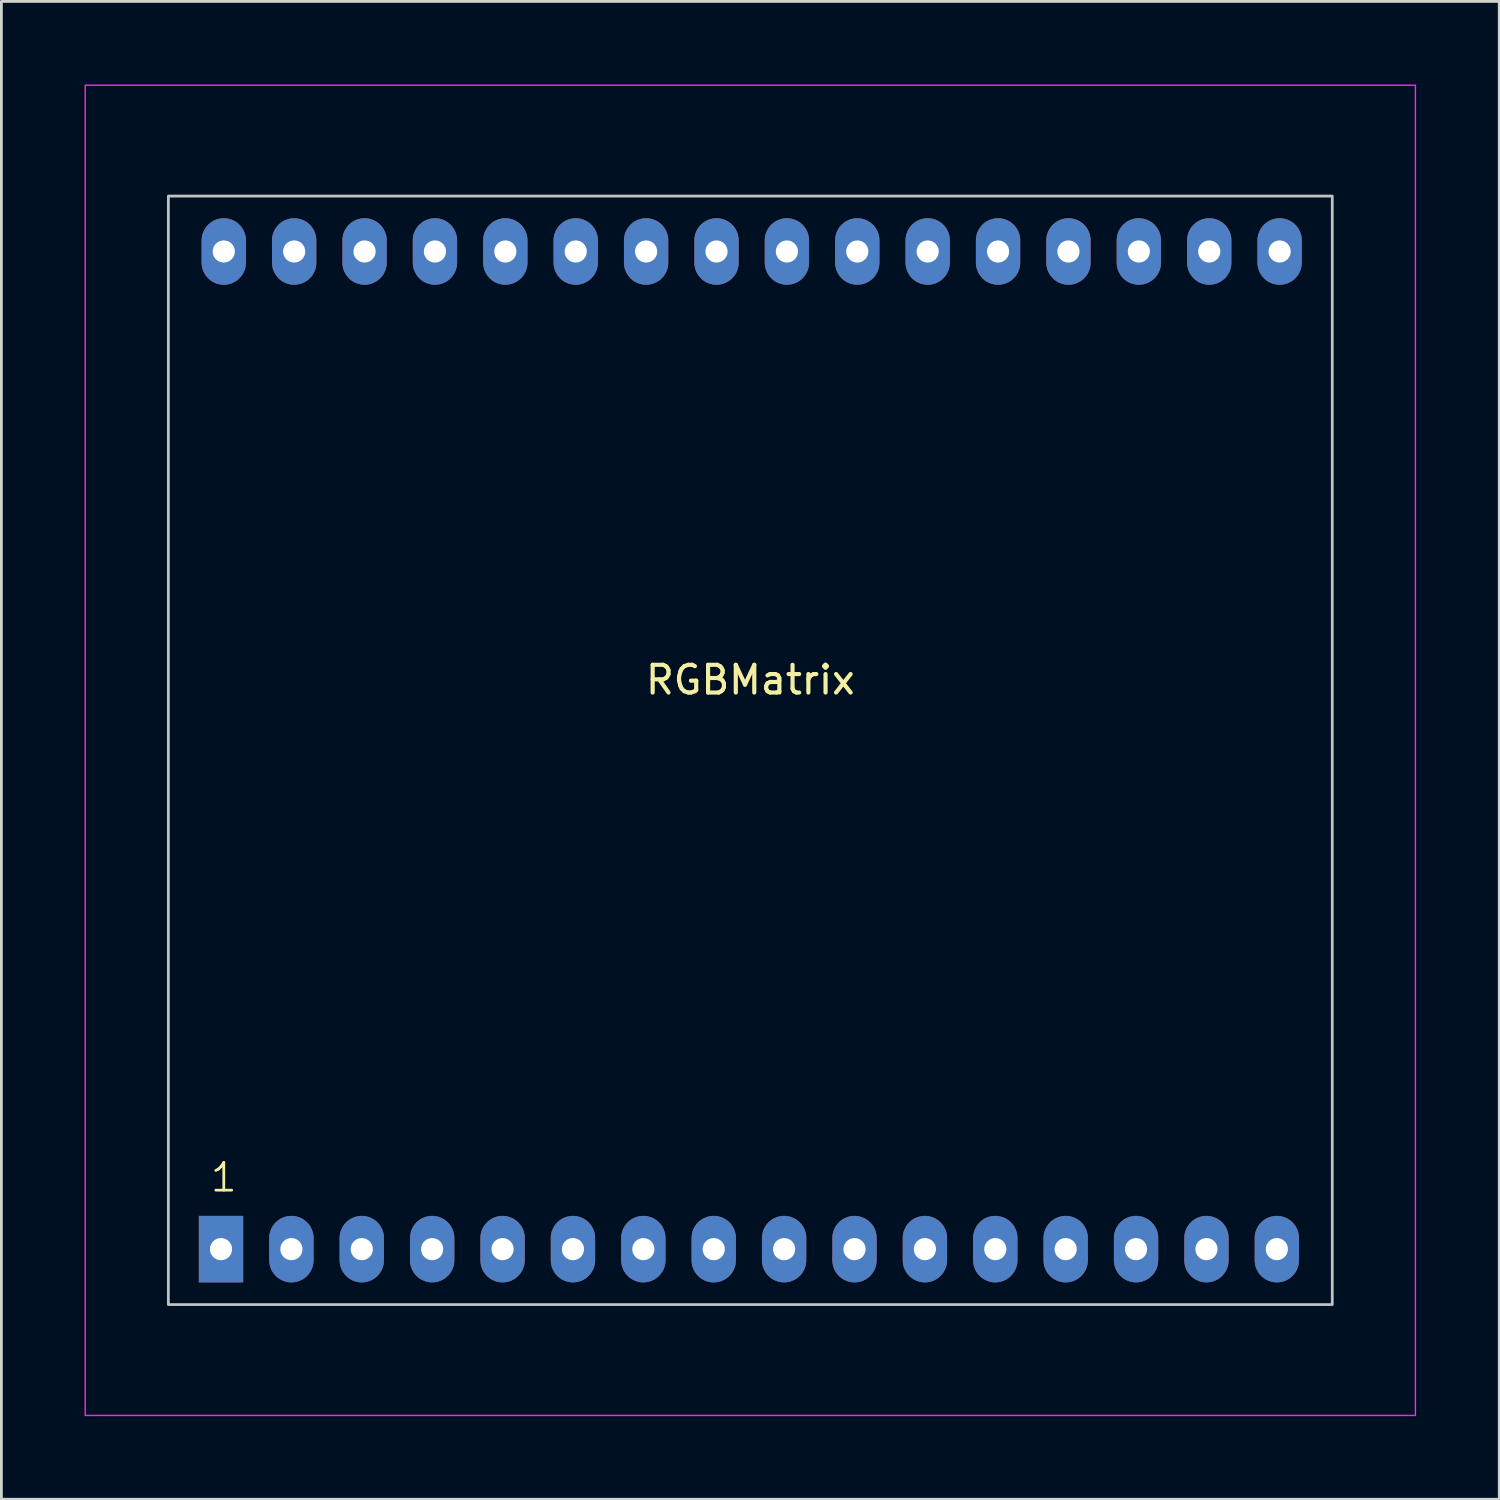
<source format=kicad_pcb>
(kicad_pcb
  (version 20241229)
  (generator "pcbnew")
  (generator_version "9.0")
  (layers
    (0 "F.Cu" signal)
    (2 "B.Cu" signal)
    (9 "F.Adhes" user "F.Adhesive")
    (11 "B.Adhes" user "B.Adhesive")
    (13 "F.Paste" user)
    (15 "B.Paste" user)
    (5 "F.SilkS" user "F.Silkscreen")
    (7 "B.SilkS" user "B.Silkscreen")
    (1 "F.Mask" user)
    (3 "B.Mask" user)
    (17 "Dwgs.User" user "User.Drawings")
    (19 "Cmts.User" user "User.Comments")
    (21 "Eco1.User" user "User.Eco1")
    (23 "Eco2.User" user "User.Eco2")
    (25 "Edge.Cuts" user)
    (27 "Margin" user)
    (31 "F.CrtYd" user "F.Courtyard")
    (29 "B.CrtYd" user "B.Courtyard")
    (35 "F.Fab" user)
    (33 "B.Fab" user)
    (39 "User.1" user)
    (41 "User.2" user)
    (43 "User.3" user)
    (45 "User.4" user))
  (footprint "RGBMatrix"
    (layer "F.Cu")
    (at 24.025 24.025)
    (property "Reference" "RGBMatrix" (at 0 -2.54 180) (layer "F.SilkS") (effects (font (size 1 1) (thickness 0.15))))
    (attr through_hole)
    (fp_rect (start -21 -20) (end 21 20) (stroke (width 0.1) (type default)) (fill no) (layer "Dwgs.User"))
    (fp_rect (start -24 24) (end 24 -24) (stroke (width 0.05) (type default)) (fill no) (layer "F.CrtYd"))
    (fp_text user "1" (at -19 16 0) (unlocked yes) (layer "F.SilkS") (effects (font (size 1 1) (thickness 0.1)) (justify bottom)))
    (pad "1" thru_hole rect (at -19.1 18 90) (size 2.4 1.6) (drill 0.8) (layers "*.Cu" "*.Mask"))
    (pad "2" thru_hole oval (at -16.56 18 90) (size 2.4 1.6) (drill 0.8) (layers "*.Cu" "*.Mask"))
    (pad "3" thru_hole oval (at -14.02 18 90) (size 2.4 1.6) (drill 0.8) (layers "*.Cu" "*.Mask"))
    (pad "4" thru_hole oval (at -11.48 18 90) (size 2.4 1.6) (drill 0.8) (layers "*.Cu" "*.Mask"))
    (pad "5" thru_hole oval (at -8.94 18 90) (size 2.4 1.6) (drill 0.8) (layers "*.Cu" "*.Mask"))
    (pad "6" thru_hole oval (at -6.4 18 90) (size 2.4 1.6) (drill 0.8) (layers "*.Cu" "*.Mask"))
    (pad "7" thru_hole oval (at -3.86 18 90) (size 2.4 1.6) (drill 0.8) (layers "*.Cu" "*.Mask"))
    (pad "8" thru_hole oval (at -1.32 18 90) (size 2.4 1.6) (drill 0.8) (layers "*.Cu" "*.Mask"))
    (pad "9" thru_hole oval (at 1.22 18 90) (size 2.4 1.6) (drill 0.8) (layers "*.Cu" "*.Mask"))
    (pad "10" thru_hole oval (at 3.76 18 90) (size 2.4 1.6) (drill 0.8) (layers "*.Cu" "*.Mask"))
    (pad "11" thru_hole oval (at 6.3 18 90) (size 2.4 1.6) (drill 0.8) (layers "*.Cu" "*.Mask"))
    (pad "12" thru_hole oval (at 8.84 18 90) (size 2.4 1.6) (drill 0.8) (layers "*.Cu" "*.Mask"))
    (pad "13" thru_hole oval (at 11.38 18 90) (size 2.4 1.6) (drill 0.8) (layers "*.Cu" "*.Mask"))
    (pad "14" thru_hole oval (at 13.92 18 90) (size 2.4 1.6) (drill 0.8) (layers "*.Cu" "*.Mask"))
    (pad "15" thru_hole oval (at 16.46 18 90) (size 2.4 1.6) (drill 0.8) (layers "*.Cu" "*.Mask"))
    (pad "16" thru_hole oval (at 19 18 90) (size 2.4 1.6) (drill 0.8) (layers "*.Cu" "*.Mask"))
    (pad "17" thru_hole oval (at 19.1 -18 90) (size 2.4 1.6) (drill 0.8) (layers "*.Cu" "*.Mask"))
    (pad "18" thru_hole oval (at 16.56 -18 90) (size 2.4 1.6) (drill 0.8) (layers "*.Cu" "*.Mask"))
    (pad "19" thru_hole oval (at 14.02 -18 90) (size 2.4 1.6) (drill 0.8) (layers "*.Cu" "*.Mask"))
    (pad "20" thru_hole oval (at 11.48 -18 90) (size 2.4 1.6) (drill 0.8) (layers "*.Cu" "*.Mask"))
    (pad "21" thru_hole oval (at 8.94 -18 90) (size 2.4 1.6) (drill 0.8) (layers "*.Cu" "*.Mask"))
    (pad "22" thru_hole oval (at 6.4 -18 90) (size 2.4 1.6) (drill 0.8) (layers "*.Cu" "*.Mask"))
    (pad "23" thru_hole oval (at 3.86 -18 90) (size 2.4 1.6) (drill 0.8) (layers "*.Cu" "*.Mask"))
    (pad "24" thru_hole oval (at 1.32 -18 90) (size 2.4 1.6) (drill 0.8) (layers "*.Cu" "*.Mask"))
    (pad "25" thru_hole oval (at -1.22 -18 90) (size 2.4 1.6) (drill 0.8) (layers "*.Cu" "*.Mask"))
    (pad "26" thru_hole oval (at -3.76 -18 90) (size 2.4 1.6) (drill 0.8) (layers "*.Cu" "*.Mask"))
    (pad "27" thru_hole oval (at -6.3 -18 90) (size 2.4 1.6) (drill 0.8) (layers "*.Cu" "*.Mask"))
    (pad "28" thru_hole oval (at -8.84 -18 90) (size 2.4 1.6) (drill 0.8) (layers "*.Cu" "*.Mask"))
    (pad "29" thru_hole oval (at -11.38 -18 90) (size 2.4 1.6) (drill 0.8) (layers "*.Cu" "*.Mask"))
    (pad "30" thru_hole oval (at -13.92 -18 90) (size 2.4 1.6) (drill 0.8) (layers "*.Cu" "*.Mask"))
    (pad "31" thru_hole oval (at -16.46 -18 90) (size 2.4 1.6) (drill 0.8) (layers "*.Cu" "*.Mask"))
    (pad "32" thru_hole oval (at -19 -18 90) (size 2.4 1.6) (drill 0.8) (layers "*.Cu" "*.Mask")))
  (gr_rect
    (start -3 -3)
    (end 51.05 51.05)
    (stroke (width 0.1) (type default))
    (fill no)
    (layer "Edge.Cuts")))
</source>
